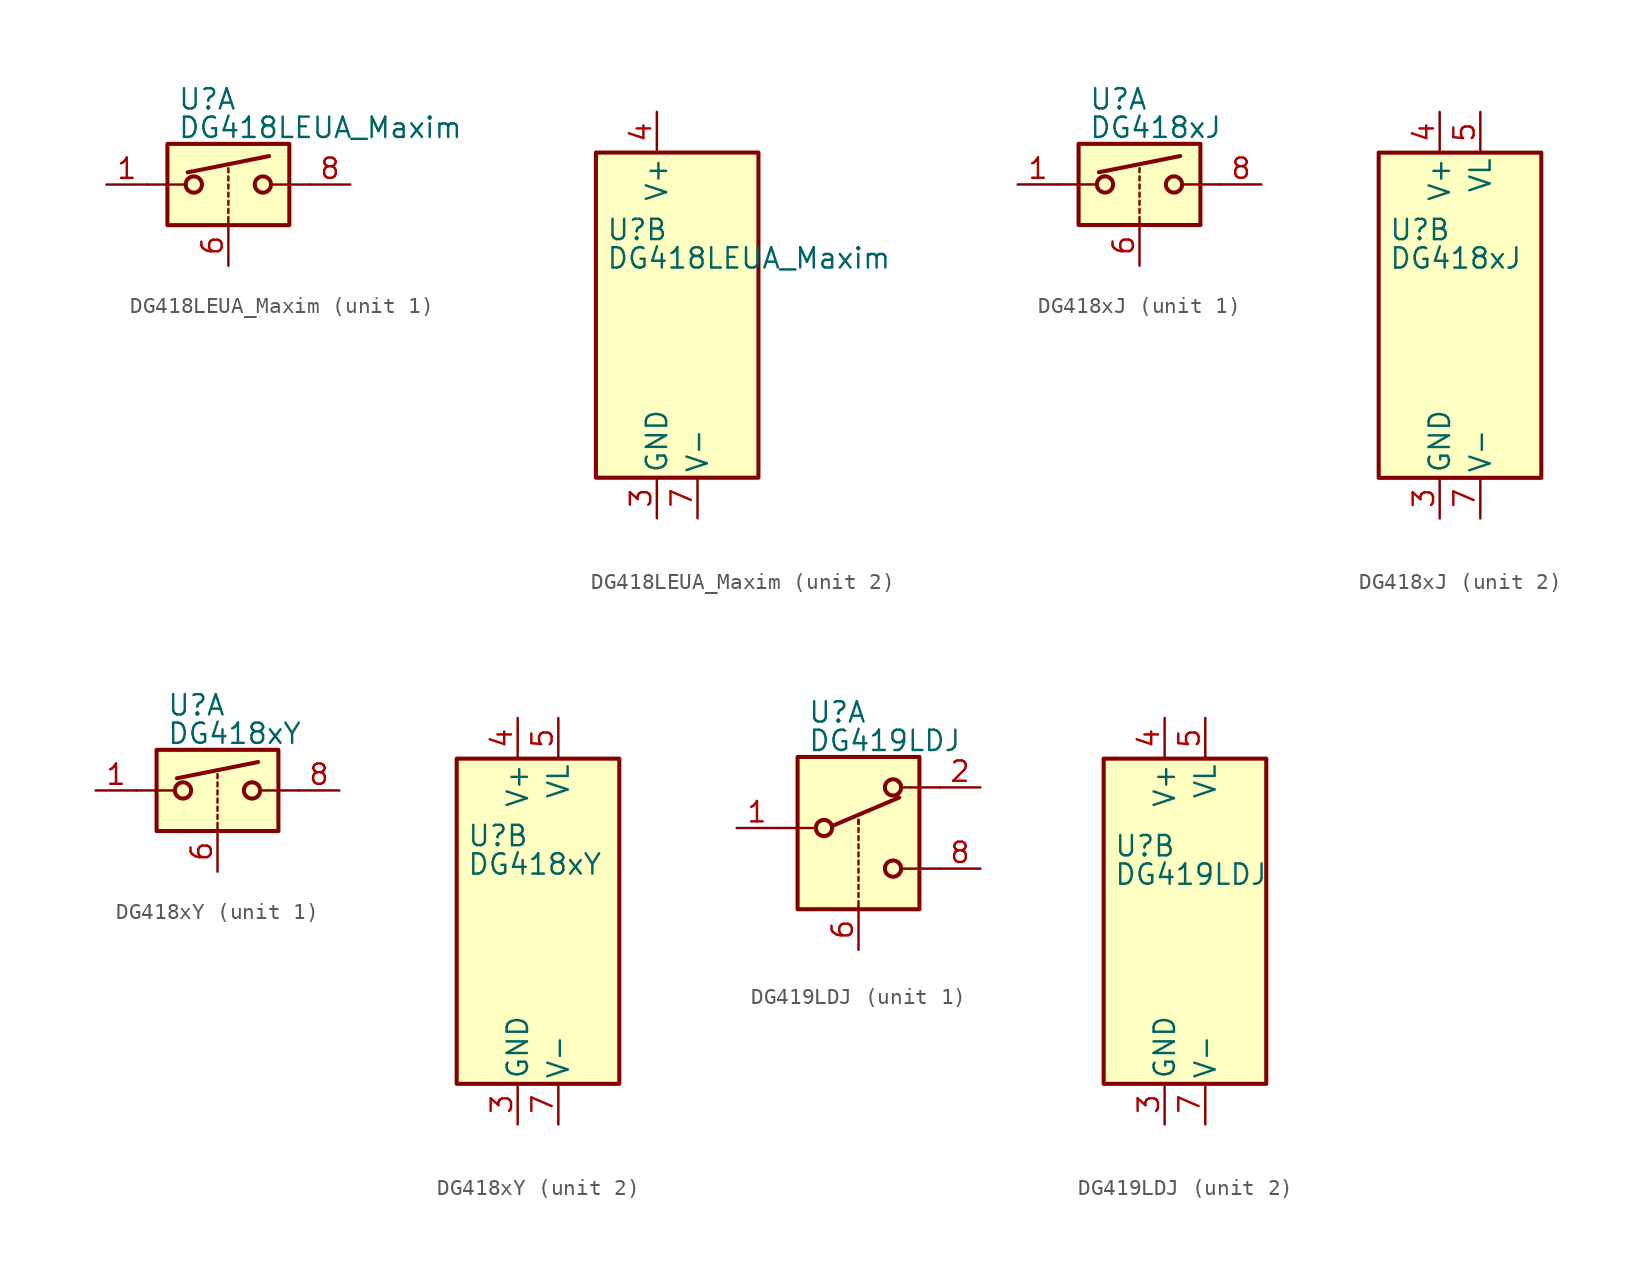
<source format=kicad_sym>
(kicad_symbol_lib
  (version 20201005)
  (generator kicad_symbol_editor)
  (symbol "Analog_Switch:DG418LEUA_Maxim"
    (pin_names
      (offset 0.254))
    (property "Reference" "U"
      (at -3.175 5.334 0)
      (effects (font (size 1.27 1.27)) (justify left)))
    (property "Value" "DG418LEUA_Maxim"
      (at -3.175 3.556 0)
      (effects (font (size 1.27 1.27)) (justify left)))
    (symbol "DG418LEUA_Maxim_1_1"
      (circle (center -2.159 0) (radius 0.508) (stroke (width 0.254)) (fill (type none)))
      (circle (center 2.159 0) (radius 0.508) (stroke (width 0.254)) (fill (type none)))
      (rectangle (start -3.81 2.54) (end 3.81 -2.54) (stroke (width 0.254)) (fill (type background)))
      (polyline (pts (xy -5.08 0) (xy -2.794 0)) (stroke (width 0)) (fill (type none)))
      (polyline (pts (xy -2.54 0.762) (xy 2.54 1.778)) (stroke (width 0.254)) (fill (type none)))
      (polyline (pts (xy 0 -2.54) (xy 0 -2.032)) (stroke (width 0)) (fill (type none)))
      (polyline (pts (xy 0 -1.778) (xy 0 -1.524)) (stroke (width 0)) (fill (type none)))
      (polyline (pts (xy 0 -1.27) (xy 0 -1.016)) (stroke (width 0)) (fill (type none)))
      (polyline (pts (xy 0 -0.762) (xy 0 -0.508)) (stroke (width 0)) (fill (type none)))
      (polyline (pts (xy 0 -0.254) (xy 0 0)) (stroke (width 0)) (fill (type none)))
      (polyline (pts (xy 0 0.254) (xy 0 0.508)) (stroke (width 0)) (fill (type none)))
      (polyline (pts (xy 0 0.762) (xy 0 1.016)) (stroke (width 0)) (fill (type none)))
      (polyline (pts (xy 5.08 0) (xy 2.794 0)) (stroke (width 0)) (fill (type none)))
      (pin passive line (at -7.62 0 0) (length 2.54) (name "~" (effects (font (size 1.27 1.27)))) (number "1" (effects (font (size 1.27 1.27)))))
      (pin input line (at 0 -5.08 90) (length 2.54) (name "~" (effects (font (size 1.27 1.27)))) (number "6" (effects (font (size 1.27 1.27)))))
      (pin passive line (at 7.62 0 180) (length 2.54) (name "~" (effects (font (size 1.27 1.27)))) (number "8" (effects (font (size 1.27 1.27))))))
    (symbol "DG418LEUA_Maxim_2_0"
      (pin no_connect line (at -2.54 10.16 270) (length 2.54) hide (name "NC" (effects (font (size 1.27 1.27)))) (number "2" (effects (font (size 1.27 1.27)))))
      (pin power_in line (at 0 -12.7 90) (length 2.54) (name "GND" (effects (font (size 1.27 1.27)))) (number "3" (effects (font (size 1.27 1.27)))))
      (pin power_in line (at 0 12.7 270) (length 2.54) (name "V+" (effects (font (size 1.27 1.27)))) (number "4" (effects (font (size 1.27 1.27)))))
      (pin no_connect line (at 2.54 10.16 270) (length 2.54) hide (name "NC" (effects (font (size 1.27 1.27)))) (number "5" (effects (font (size 1.27 1.27)))))
      (pin power_in line (at 2.54 -12.7 90) (length 2.54) (name "V-" (effects (font (size 1.27 1.27)))) (number "7" (effects (font (size 1.27 1.27))))))
    (symbol "DG418LEUA_Maxim_2_1"
      (rectangle (start -3.81 10.16) (end 6.35 -10.16) (stroke (width 0.254)) (fill (type background)))))
  (symbol "Analog_Switch:DG418xJ"
    (pin_names
      (offset 0.254))
    (property "Reference" "U"
      (at -3.175 5.334 0)
      (effects (font (size 1.27 1.27)) (justify left)))
    (property "Value" "DG418xJ"
      (at -3.175 3.556 0)
      (effects (font (size 1.27 1.27)) (justify left)))
    (symbol "DG418xJ_1_1"
      (circle (center -2.159 0) (radius 0.508) (stroke (width 0.254)) (fill (type none)))
      (circle (center 2.159 0) (radius 0.508) (stroke (width 0.254)) (fill (type none)))
      (rectangle (start -3.81 2.54) (end 3.81 -2.54) (stroke (width 0.254)) (fill (type background)))
      (polyline (pts (xy -5.08 0) (xy -2.794 0)) (stroke (width 0)) (fill (type none)))
      (polyline (pts (xy -2.54 0.762) (xy 2.54 1.778)) (stroke (width 0.254)) (fill (type none)))
      (polyline (pts (xy 0 -2.54) (xy 0 -2.032)) (stroke (width 0)) (fill (type none)))
      (polyline (pts (xy 0 -1.778) (xy 0 -1.524)) (stroke (width 0)) (fill (type none)))
      (polyline (pts (xy 0 -1.27) (xy 0 -1.016)) (stroke (width 0)) (fill (type none)))
      (polyline (pts (xy 0 -0.762) (xy 0 -0.508)) (stroke (width 0)) (fill (type none)))
      (polyline (pts (xy 0 -0.254) (xy 0 0)) (stroke (width 0)) (fill (type none)))
      (polyline (pts (xy 0 0.254) (xy 0 0.508)) (stroke (width 0)) (fill (type none)))
      (polyline (pts (xy 0 0.762) (xy 0 1.016)) (stroke (width 0)) (fill (type none)))
      (polyline (pts (xy 5.08 0) (xy 2.794 0)) (stroke (width 0)) (fill (type none)))
      (pin passive line (at -7.62 0 0) (length 2.54) (name "~" (effects (font (size 1.27 1.27)))) (number "1" (effects (font (size 1.27 1.27)))))
      (pin input line (at 0 -5.08 90) (length 2.54) (name "~" (effects (font (size 1.27 1.27)))) (number "6" (effects (font (size 1.27 1.27)))))
      (pin passive line (at 7.62 0 180) (length 2.54) (name "~" (effects (font (size 1.27 1.27)))) (number "8" (effects (font (size 1.27 1.27))))))
    (symbol "DG418xJ_2_0"
      (pin no_connect line (at -2.54 10.16 270) (length 2.54) hide (name "NC" (effects (font (size 1.27 1.27)))) (number "2" (effects (font (size 1.27 1.27)))))
      (pin power_in line (at 0 -12.7 90) (length 2.54) (name "GND" (effects (font (size 1.27 1.27)))) (number "3" (effects (font (size 1.27 1.27)))))
      (pin power_in line (at 0 12.7 270) (length 2.54) (name "V+" (effects (font (size 1.27 1.27)))) (number "4" (effects (font (size 1.27 1.27)))))
      (pin power_in line (at 2.54 12.7 270) (length 2.54) (name "VL" (effects (font (size 1.27 1.27)))) (number "5" (effects (font (size 1.27 1.27)))))
      (pin power_in line (at 2.54 -12.7 90) (length 2.54) (name "V-" (effects (font (size 1.27 1.27)))) (number "7" (effects (font (size 1.27 1.27))))))
    (symbol "DG418xJ_2_1"
      (rectangle (start -3.81 10.16) (end 6.35 -10.16) (stroke (width 0.254)) (fill (type background)))))
  (symbol "Analog_Switch:DG418xY"
    (pin_names
      (offset 0.254))
    (property "Reference" "U"
      (at -3.175 5.334 0)
      (effects (font (size 1.27 1.27)) (justify left)))
    (property "Value" "DG418xY"
      (at -3.175 3.556 0)
      (effects (font (size 1.27 1.27)) (justify left)))
    (symbol "DG418xY_1_1"
      (circle (center -2.159 0) (radius 0.508) (stroke (width 0.254)) (fill (type none)))
      (circle (center 2.159 0) (radius 0.508) (stroke (width 0.254)) (fill (type none)))
      (rectangle (start -3.81 2.54) (end 3.81 -2.54) (stroke (width 0.254)) (fill (type background)))
      (polyline (pts (xy -5.08 0) (xy -2.794 0)) (stroke (width 0)) (fill (type none)))
      (polyline (pts (xy -2.54 0.762) (xy 2.54 1.778)) (stroke (width 0.254)) (fill (type none)))
      (polyline (pts (xy 0 -2.54) (xy 0 -2.032)) (stroke (width 0)) (fill (type none)))
      (polyline (pts (xy 0 -1.778) (xy 0 -1.524)) (stroke (width 0)) (fill (type none)))
      (polyline (pts (xy 0 -1.27) (xy 0 -1.016)) (stroke (width 0)) (fill (type none)))
      (polyline (pts (xy 0 -0.762) (xy 0 -0.508)) (stroke (width 0)) (fill (type none)))
      (polyline (pts (xy 0 -0.254) (xy 0 0)) (stroke (width 0)) (fill (type none)))
      (polyline (pts (xy 0 0.254) (xy 0 0.508)) (stroke (width 0)) (fill (type none)))
      (polyline (pts (xy 0 0.762) (xy 0 1.016)) (stroke (width 0)) (fill (type none)))
      (polyline (pts (xy 5.08 0) (xy 2.794 0)) (stroke (width 0)) (fill (type none)))
      (pin passive line (at -7.62 0 0) (length 2.54) (name "~" (effects (font (size 1.27 1.27)))) (number "1" (effects (font (size 1.27 1.27)))))
      (pin input line (at 0 -5.08 90) (length 2.54) (name "~" (effects (font (size 1.27 1.27)))) (number "6" (effects (font (size 1.27 1.27)))))
      (pin passive line (at 7.62 0 180) (length 2.54) (name "~" (effects (font (size 1.27 1.27)))) (number "8" (effects (font (size 1.27 1.27))))))
    (symbol "DG418xY_2_0"
      (pin no_connect line (at -2.54 10.16 270) (length 2.54) hide (name "NC" (effects (font (size 1.27 1.27)))) (number "2" (effects (font (size 1.27 1.27)))))
      (pin power_in line (at 0 -12.7 90) (length 2.54) (name "GND" (effects (font (size 1.27 1.27)))) (number "3" (effects (font (size 1.27 1.27)))))
      (pin power_in line (at 0 12.7 270) (length 2.54) (name "V+" (effects (font (size 1.27 1.27)))) (number "4" (effects (font (size 1.27 1.27)))))
      (pin power_in line (at 2.54 12.7 270) (length 2.54) (name "VL" (effects (font (size 1.27 1.27)))) (number "5" (effects (font (size 1.27 1.27)))))
      (pin power_in line (at 2.54 -12.7 90) (length 2.54) (name "V-" (effects (font (size 1.27 1.27)))) (number "7" (effects (font (size 1.27 1.27))))))
    (symbol "DG418xY_2_1"
      (rectangle (start -3.81 10.16) (end 6.35 -10.16) (stroke (width 0.254)) (fill (type background)))))
  (symbol "Analog_Switch:DG419LDJ"
    (pin_names
      (offset 0.254))
    (property "Reference" "U"
      (at -3.175 4.699 0)
      (effects (font (size 1.27 1.27)) (justify left)))
    (property "Value" "DG419LDJ"
      (at -3.175 2.921 0)
      (effects (font (size 1.27 1.27)) (justify left)))
    (symbol "DG419LDJ_1_1"
      (circle (center -2.159 -2.54) (radius 0.508) (stroke (width 0.254)) (fill (type none)))
      (circle (center 2.159 -5.08) (radius 0.508) (stroke (width 0.254)) (fill (type none)))
      (circle (center 2.159 0) (radius 0.508) (stroke (width 0.254)) (fill (type none)))
      (rectangle (start -3.81 1.905) (end 3.81 -7.62) (stroke (width 0.254)) (fill (type background)))
      (polyline (pts (xy -5.08 -2.54) (xy -2.794 -2.54)) (stroke (width 0)) (fill (type none)))
      (polyline (pts (xy -1.651 -2.413) (xy 2.54 -0.635)) (stroke (width 0.254)) (fill (type none)))
      (polyline (pts (xy 0 -7.62) (xy 0 -7.112)) (stroke (width 0)) (fill (type none)))
      (polyline (pts (xy 0 -6.858) (xy 0 -6.604)) (stroke (width 0)) (fill (type none)))
      (polyline (pts (xy 0 -6.35) (xy 0 -6.096)) (stroke (width 0)) (fill (type none)))
      (polyline (pts (xy 0 -5.842) (xy 0 -5.588)) (stroke (width 0)) (fill (type none)))
      (polyline (pts (xy 0 -5.334) (xy 0 -5.08)) (stroke (width 0)) (fill (type none)))
      (polyline (pts (xy 0 -4.826) (xy 0 -4.572)) (stroke (width 0)) (fill (type none)))
      (polyline (pts (xy 0 -4.318) (xy 0 -4.064)) (stroke (width 0)) (fill (type none)))
      (polyline (pts (xy 0 -3.81) (xy 0 -3.556)) (stroke (width 0)) (fill (type none)))
      (polyline (pts (xy 0 -3.302) (xy 0 -3.048)) (stroke (width 0)) (fill (type none)))
      (polyline (pts (xy 0 -2.794) (xy 0 -2.54)) (stroke (width 0)) (fill (type none)))
      (polyline (pts (xy 0 -2.286) (xy 0 -2.032)) (stroke (width 0)) (fill (type none)))
      (polyline (pts (xy 0 -2.286) (xy 0 -2.032)) (stroke (width 0)) (fill (type none)))
      (polyline (pts (xy 5.08 -5.08) (xy 2.794 -5.08)) (stroke (width 0)) (fill (type none)))
      (polyline (pts (xy 5.08 0) (xy 2.794 0)) (stroke (width 0)) (fill (type none)))
      (pin passive line (at -7.62 -2.54 0) (length 2.54) (name "~" (effects (font (size 1.27 1.27)))) (number "1" (effects (font (size 1.27 1.27)))))
      (pin passive line (at 7.62 0 180) (length 2.54) (name "~" (effects (font (size 1.27 1.27)))) (number "2" (effects (font (size 1.27 1.27)))))
      (pin input line (at 0 -10.16 90) (length 2.54) (name "~" (effects (font (size 1.27 1.27)))) (number "6" (effects (font (size 1.27 1.27)))))
      (pin passive line (at 7.62 -5.08 180) (length 2.54) (name "~" (effects (font (size 1.27 1.27)))) (number "8" (effects (font (size 1.27 1.27))))))
    (symbol "DG419LDJ_2_0"
      (pin power_in line (at 0 -12.7 90) (length 2.54) (name "GND" (effects (font (size 1.27 1.27)))) (number "3" (effects (font (size 1.27 1.27)))))
      (pin power_in line (at 0 12.7 270) (length 2.54) (name "V+" (effects (font (size 1.27 1.27)))) (number "4" (effects (font (size 1.27 1.27)))))
      (pin power_in line (at 2.54 12.7 270) (length 2.54) (name "VL" (effects (font (size 1.27 1.27)))) (number "5" (effects (font (size 1.27 1.27)))))
      (pin power_in line (at 2.54 -12.7 90) (length 2.54) (name "V-" (effects (font (size 1.27 1.27)))) (number "7" (effects (font (size 1.27 1.27))))))
    (symbol "DG419LDJ_2_1"
      (rectangle (start -3.81 10.16) (end 6.35 -10.16) (stroke (width 0.254)) (fill (type background))))))
</source>
